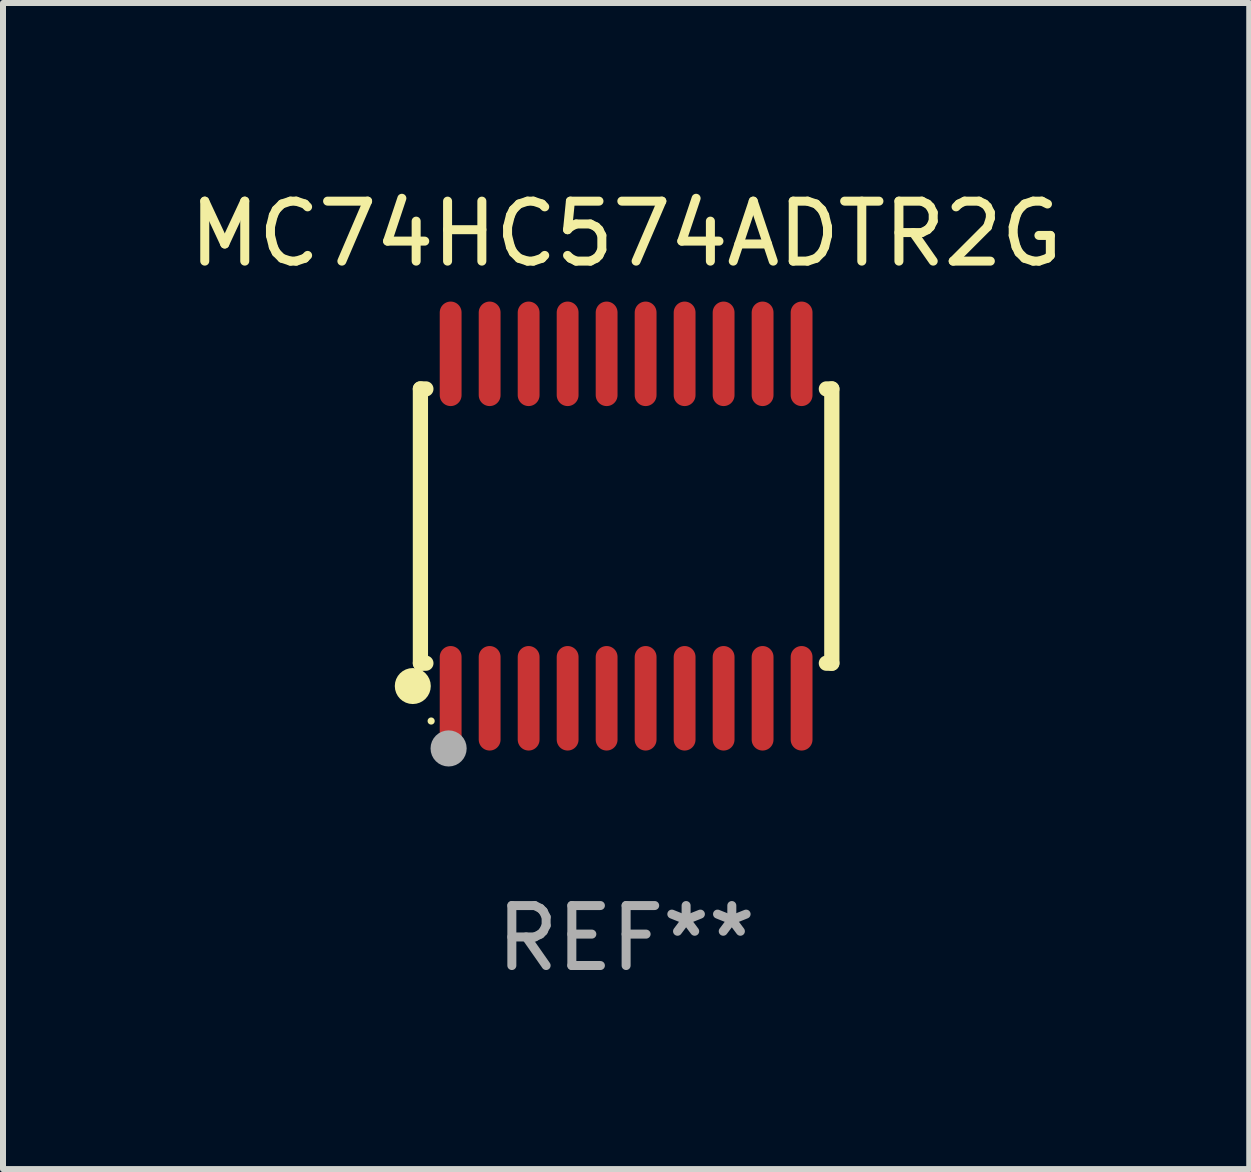
<source format=kicad_pcb>
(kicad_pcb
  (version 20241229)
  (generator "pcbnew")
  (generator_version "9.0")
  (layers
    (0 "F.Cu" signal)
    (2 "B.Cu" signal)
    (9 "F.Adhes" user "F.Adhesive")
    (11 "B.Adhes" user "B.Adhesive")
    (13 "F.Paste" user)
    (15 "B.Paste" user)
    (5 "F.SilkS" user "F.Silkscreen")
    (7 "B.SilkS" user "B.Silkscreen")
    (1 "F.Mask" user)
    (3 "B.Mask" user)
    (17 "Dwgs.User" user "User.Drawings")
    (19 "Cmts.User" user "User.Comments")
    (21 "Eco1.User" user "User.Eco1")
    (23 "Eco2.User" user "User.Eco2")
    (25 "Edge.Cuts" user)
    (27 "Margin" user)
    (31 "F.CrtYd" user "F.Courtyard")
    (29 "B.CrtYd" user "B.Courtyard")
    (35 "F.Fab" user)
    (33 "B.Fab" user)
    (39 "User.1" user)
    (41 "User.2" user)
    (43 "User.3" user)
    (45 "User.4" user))
  (footprint "MC74HC574ADTR2G"
    (layer "F.Cu")
    (at 7.387 5.719)
    (property "Reference" "MC74HC574ADTR2G" (at 0 -4.871 0) (layer "F.SilkS") (effects (font (size 1 1) (thickness 0.15))))
    (attr through_hole)
    (fp_line (start -3.429 -2.286) (end -3.429 2.286) (stroke (width 0.254) (type solid)) (layer "F.SilkS"))
    (fp_line (start -3.429 2.286) (end -3.338 2.286) (stroke (width 0.254) (type solid)) (layer "F.SilkS"))
    (fp_line (start -3.338 -2.286) (end -3.429 -2.286) (stroke (width 0.254) (type solid)) (layer "F.SilkS"))
    (fp_line (start 3.338 -2.286) (end 3.429 -2.286) (stroke (width 0.254) (type solid)) (layer "F.SilkS"))
    (fp_line (start 3.429 -2.286) (end 3.429 2.286) (stroke (width 0.254) (type solid)) (layer "F.SilkS"))
    (fp_line (start 3.429 2.286) (end 3.338 2.286) (stroke (width 0.254) (type solid)) (layer "F.SilkS"))
    (fp_circle (center -3.556 2.667) (end -3.406 2.667) (stroke (width 0.3) (type solid)) (fill no) (layer "F.SilkS"))
    (fp_circle (center -3.25 3.25) (end -3.22 3.25) (stroke (width 0.06) (type solid)) (fill no) (layer "F.SilkS"))
    (fp_circle (center -2.959 3.707) (end -2.808 3.707) (stroke (width 0.3) (type solid)) (fill no) (layer "F.Fab"))
    (fp_text user "REF**" (at 0 6.871 0) (layer "F.Fab") (effects (font (size 1 1) (thickness 0.15))))
    (pad "1" smd oval (at -2.925 2.871) (size 0.364 1.742) (layers "F.Cu" "F.Mask" "F.Paste"))
    (pad "2" smd oval (at -2.275 2.871) (size 0.364 1.742) (layers "F.Cu" "F.Mask" "F.Paste"))
    (pad "3" smd oval (at -1.625 2.871) (size 0.364 1.742) (layers "F.Cu" "F.Mask" "F.Paste"))
    (pad "4" smd oval (at -0.975 2.871) (size 0.364 1.742) (layers "F.Cu" "F.Mask" "F.Paste"))
    (pad "5" smd oval (at -0.325 2.871) (size 0.364 1.742) (layers "F.Cu" "F.Mask" "F.Paste"))
    (pad "6" smd oval (at 0.325 2.871) (size 0.364 1.742) (layers "F.Cu" "F.Mask" "F.Paste"))
    (pad "7" smd oval (at 0.975 2.871) (size 0.364 1.742) (layers "F.Cu" "F.Mask" "F.Paste"))
    (pad "8" smd oval (at 1.625 2.871) (size 0.364 1.742) (layers "F.Cu" "F.Mask" "F.Paste"))
    (pad "9" smd oval (at 2.275 2.871) (size 0.364 1.742) (layers "F.Cu" "F.Mask" "F.Paste"))
    (pad "10" smd oval (at 2.925 2.871) (size 0.364 1.742) (layers "F.Cu" "F.Mask" "F.Paste"))
    (pad "11" smd oval (at 2.925 -2.871) (size 0.364 1.742) (layers "F.Cu" "F.Mask" "F.Paste"))
    (pad "12" smd oval (at 2.275 -2.871) (size 0.364 1.742) (layers "F.Cu" "F.Mask" "F.Paste"))
    (pad "13" smd oval (at 1.625 -2.871) (size 0.364 1.742) (layers "F.Cu" "F.Mask" "F.Paste"))
    (pad "14" smd oval (at 0.975 -2.871) (size 0.364 1.742) (layers "F.Cu" "F.Mask" "F.Paste"))
    (pad "15" smd oval (at 0.325 -2.871) (size 0.364 1.742) (layers "F.Cu" "F.Mask" "F.Paste"))
    (pad "16" smd oval (at -0.325 -2.871) (size 0.364 1.742) (layers "F.Cu" "F.Mask" "F.Paste"))
    (pad "17" smd oval (at -0.975 -2.871) (size 0.364 1.742) (layers "F.Cu" "F.Mask" "F.Paste"))
    (pad "18" smd oval (at -1.625 -2.871) (size 0.364 1.742) (layers "F.Cu" "F.Mask" "F.Paste"))
    (pad "19" smd oval (at -2.275 -2.871) (size 0.364 1.742) (layers "F.Cu" "F.Mask" "F.Paste"))
    (pad "20" smd oval (at -2.925 -2.871) (size 0.364 1.742) (layers "F.Cu" "F.Mask" "F.Paste")))
  (gr_rect
    (start -3 -3)
    (end 17.774 16.438)
    (stroke (width 0.1) (type default))
    (fill no)
    (layer "Edge.Cuts")))
</source>
